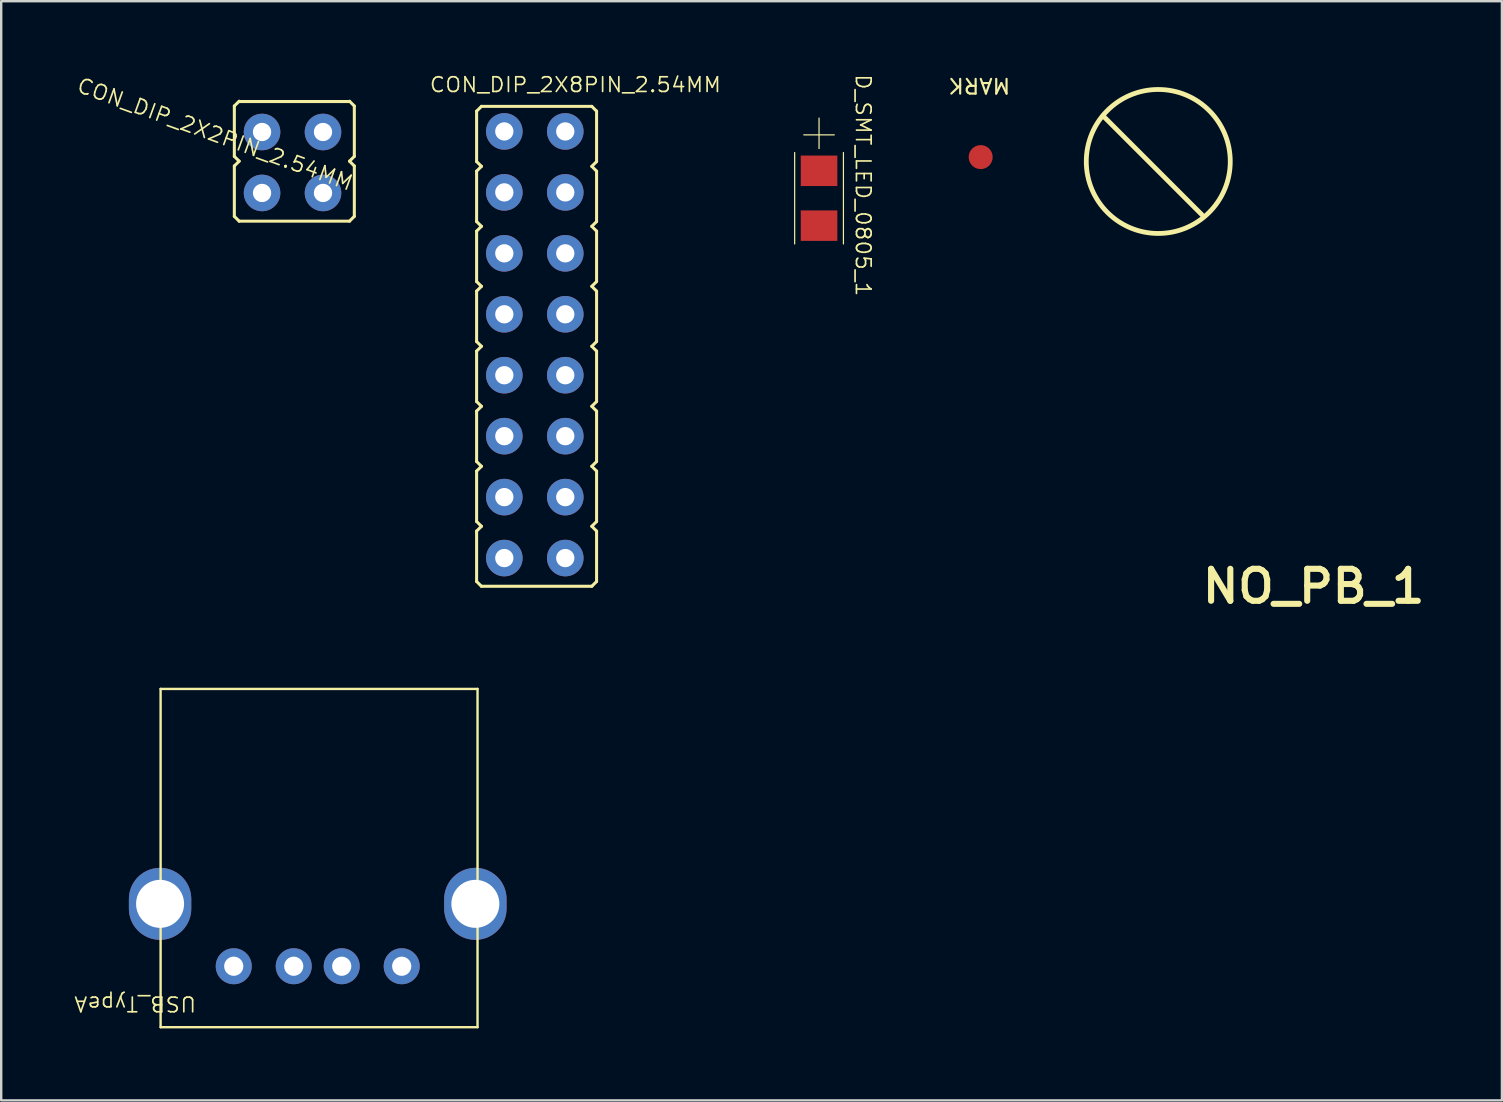
<source format=kicad_pcb>
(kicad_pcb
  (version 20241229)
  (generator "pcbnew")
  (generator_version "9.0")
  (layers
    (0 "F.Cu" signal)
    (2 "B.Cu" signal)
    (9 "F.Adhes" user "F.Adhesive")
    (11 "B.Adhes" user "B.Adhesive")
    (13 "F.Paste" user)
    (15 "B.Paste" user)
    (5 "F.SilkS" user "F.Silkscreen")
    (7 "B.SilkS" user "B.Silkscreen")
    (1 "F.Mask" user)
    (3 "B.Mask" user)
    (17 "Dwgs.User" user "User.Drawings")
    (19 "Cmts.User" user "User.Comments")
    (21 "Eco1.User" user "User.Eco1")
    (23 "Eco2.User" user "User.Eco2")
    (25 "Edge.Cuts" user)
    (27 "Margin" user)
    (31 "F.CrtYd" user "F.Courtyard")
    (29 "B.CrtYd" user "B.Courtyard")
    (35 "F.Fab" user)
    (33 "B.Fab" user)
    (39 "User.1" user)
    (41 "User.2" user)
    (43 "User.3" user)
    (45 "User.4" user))
  (footprint "NO_PB_1"
    (layer "F.Cu")
    (at 50.554 0.25)
    (property "Reference" "NO_PB_1" (at 1.14 21.134 0) (unlocked yes) (layer "F.SilkS") (effects (font (size 1.333 1.402) (thickness 0.254))))
    (attr smd)
    (fp_line (start -3.513 5.652) (end -7.64 1.524) (stroke (width 0.2) (type solid)) (layer "F.SilkS"))
    (fp_arc (start -8.334 3.429) (mid -2.334 3.429) (end -8.334 3.429) (stroke (width 0.2) (type solid)) (layer "F.SilkS")))
  (footprint "CON_DIP_2X8PIN_2.54MM"
    (layer "F.Cu")
    (at 19.237 6.872)
    (property "Reference" "CON_DIP_2X8PIN_2.54MM" (at 1.692 -6.391 0) (unlocked yes) (layer "F.SilkS") (effects (font (size 0.612 0.644) (thickness 0.07))))
    (attr smd)
    (fp_line (start -2.425 -5.289) (end -2.425 -3.189) (stroke (width 0.127) (type solid)) (layer "F.SilkS"))
    (fp_line (start -2.425 -2.789) (end -2.425 -0.689) (stroke (width 0.127) (type solid)) (layer "F.SilkS"))
    (fp_line (start -2.425 -0.289) (end -2.425 1.811) (stroke (width 0.127) (type solid)) (layer "F.SilkS"))
    (fp_line (start -2.425 2.211) (end -2.425 4.311) (stroke (width 0.127) (type solid)) (layer "F.SilkS"))
    (fp_line (start -2.425 4.711) (end -2.425 6.811) (stroke (width 0.127) (type solid)) (layer "F.SilkS"))
    (fp_line (start -2.425 7.211) (end -2.425 9.311) (stroke (width 0.127) (type solid)) (layer "F.SilkS"))
    (fp_line (start -2.425 9.711) (end -2.425 11.811) (stroke (width 0.127) (type solid)) (layer "F.SilkS"))
    (fp_line (start -2.425 12.211) (end -2.425 14.311) (stroke (width 0.127) (type solid)) (layer "F.SilkS"))
    (fp_line (start -2.224 -5.489) (end -2.425 -5.289) (stroke (width 0.127) (type solid)) (layer "F.SilkS"))
    (fp_line (start -2.224 -2.989) (end -2.425 -3.189) (stroke (width 0.127) (type solid)) (layer "F.SilkS"))
    (fp_line (start -2.224 -2.989) (end -2.425 -2.789) (stroke (width 0.127) (type solid)) (layer "F.SilkS"))
    (fp_line (start -2.224 -0.489) (end -2.425 -0.689) (stroke (width 0.127) (type solid)) (layer "F.SilkS"))
    (fp_line (start -2.224 -0.489) (end -2.425 -0.289) (stroke (width 0.127) (type solid)) (layer "F.SilkS"))
    (fp_line (start -2.224 2.011) (end -2.425 1.811) (stroke (width 0.127) (type solid)) (layer "F.SilkS"))
    (fp_line (start -2.224 2.011) (end -2.425 2.211) (stroke (width 0.127) (type solid)) (layer "F.SilkS"))
    (fp_line (start -2.224 4.511) (end -2.425 4.311) (stroke (width 0.127) (type solid)) (layer "F.SilkS"))
    (fp_line (start -2.224 4.511) (end -2.425 4.711) (stroke (width 0.127) (type solid)) (layer "F.SilkS"))
    (fp_line (start -2.224 7.011) (end -2.425 6.811) (stroke (width 0.127) (type solid)) (layer "F.SilkS"))
    (fp_line (start -2.224 7.011) (end -2.425 7.211) (stroke (width 0.127) (type solid)) (layer "F.SilkS"))
    (fp_line (start -2.224 9.511) (end -2.425 9.311) (stroke (width 0.127) (type solid)) (layer "F.SilkS"))
    (fp_line (start -2.224 9.511) (end -2.425 9.711) (stroke (width 0.127) (type solid)) (layer "F.SilkS"))
    (fp_line (start -2.224 12.011) (end -2.425 11.811) (stroke (width 0.127) (type solid)) (layer "F.SilkS"))
    (fp_line (start -2.224 12.011) (end -2.425 12.211) (stroke (width 0.127) (type solid)) (layer "F.SilkS"))
    (fp_line (start -2.224 14.511) (end -2.425 14.311) (stroke (width 0.127) (type solid)) (layer "F.SilkS"))
    (fp_line (start 2.376 -5.489) (end -2.224 -5.489) (stroke (width 0.127) (type solid)) (layer "F.SilkS"))
    (fp_line (start 2.376 14.511) (end -2.224 14.511) (stroke (width 0.127) (type solid)) (layer "F.SilkS"))
    (fp_line (start 2.575 -5.289) (end 2.376 -5.489) (stroke (width 0.127) (type solid)) (layer "F.SilkS"))
    (fp_line (start 2.575 -5.289) (end 2.575 -3.189) (stroke (width 0.127) (type solid)) (layer "F.SilkS"))
    (fp_line (start 2.575 -3.189) (end 2.376 -2.989) (stroke (width 0.127) (type solid)) (layer "F.SilkS"))
    (fp_line (start 2.575 -2.789) (end 2.376 -2.989) (stroke (width 0.127) (type solid)) (layer "F.SilkS"))
    (fp_line (start 2.575 -2.789) (end 2.575 -0.689) (stroke (width 0.127) (type solid)) (layer "F.SilkS"))
    (fp_line (start 2.575 -0.689) (end 2.376 -0.489) (stroke (width 0.127) (type solid)) (layer "F.SilkS"))
    (fp_line (start 2.575 -0.289) (end 2.376 -0.489) (stroke (width 0.127) (type solid)) (layer "F.SilkS"))
    (fp_line (start 2.575 -0.289) (end 2.575 1.811) (stroke (width 0.127) (type solid)) (layer "F.SilkS"))
    (fp_line (start 2.575 1.811) (end 2.376 2.011) (stroke (width 0.127) (type solid)) (layer "F.SilkS"))
    (fp_line (start 2.575 2.211) (end 2.376 2.011) (stroke (width 0.127) (type solid)) (layer "F.SilkS"))
    (fp_line (start 2.575 2.211) (end 2.575 4.311) (stroke (width 0.127) (type solid)) (layer "F.SilkS"))
    (fp_line (start 2.575 4.311) (end 2.376 4.511) (stroke (width 0.127) (type solid)) (layer "F.SilkS"))
    (fp_line (start 2.575 4.711) (end 2.376 4.511) (stroke (width 0.127) (type solid)) (layer "F.SilkS"))
    (fp_line (start 2.575 4.711) (end 2.575 6.811) (stroke (width 0.127) (type solid)) (layer "F.SilkS"))
    (fp_line (start 2.575 6.811) (end 2.376 7.011) (stroke (width 0.127) (type solid)) (layer "F.SilkS"))
    (fp_line (start 2.575 7.211) (end 2.376 7.011) (stroke (width 0.127) (type solid)) (layer "F.SilkS"))
    (fp_line (start 2.575 7.211) (end 2.575 9.311) (stroke (width 0.127) (type solid)) (layer "F.SilkS"))
    (fp_line (start 2.575 9.311) (end 2.376 9.511) (stroke (width 0.127) (type solid)) (layer "F.SilkS"))
    (fp_line (start 2.575 9.711) (end 2.376 9.511) (stroke (width 0.127) (type solid)) (layer "F.SilkS"))
    (fp_line (start 2.575 9.711) (end 2.575 11.811) (stroke (width 0.127) (type solid)) (layer "F.SilkS"))
    (fp_line (start 2.575 11.811) (end 2.376 12.011) (stroke (width 0.127) (type solid)) (layer "F.SilkS"))
    (fp_line (start 2.575 12.211) (end 2.376 12.011) (stroke (width 0.127) (type solid)) (layer "F.SilkS"))
    (fp_line (start 2.575 12.211) (end 2.575 14.311) (stroke (width 0.127) (type solid)) (layer "F.SilkS"))
    (fp_line (start 2.575 14.311) (end 2.376 14.511) (stroke (width 0.127) (type solid)) (layer "F.SilkS"))
    (pad "1" thru_hole circle (at 1.27 13.335) (size 1.524 1.524) (drill 0.762) (layers "*.Cu" "*.Mask"))
    (pad "2" thru_hole circle (at -1.27 13.335) (size 1.524 1.524) (drill 0.762) (layers "*.Cu" "*.Mask"))
    (pad "3" thru_hole circle (at 1.27 10.795) (size 1.524 1.524) (drill 0.762) (layers "*.Cu" "*.Mask"))
    (pad "4" thru_hole circle (at -1.27 10.795) (size 1.524 1.524) (drill 0.762) (layers "*.Cu" "*.Mask"))
    (pad "5" thru_hole circle (at 1.27 8.255) (size 1.524 1.524) (drill 0.762) (layers "*.Cu" "*.Mask"))
    (pad "6" thru_hole circle (at -1.27 8.255) (size 1.524 1.524) (drill 0.762) (layers "*.Cu" "*.Mask"))
    (pad "7" thru_hole circle (at 1.27 5.715) (size 1.524 1.524) (drill 0.762) (layers "*.Cu" "*.Mask"))
    (pad "8" thru_hole circle (at -1.27 5.715) (size 1.524 1.524) (drill 0.762) (layers "*.Cu" "*.Mask"))
    (pad "9" thru_hole circle (at 1.27 3.175) (size 1.524 1.524) (drill 0.762) (layers "*.Cu" "*.Mask"))
    (pad "10" thru_hole circle (at -1.27 3.175) (size 1.524 1.524) (drill 0.762) (layers "*.Cu" "*.Mask"))
    (pad "11" thru_hole circle (at 1.27 0.635) (size 1.524 1.524) (drill 0.762) (layers "*.Cu" "*.Mask"))
    (pad "12" thru_hole circle (at -1.27 0.635) (size 1.524 1.524) (drill 0.762) (layers "*.Cu" "*.Mask"))
    (pad "13" thru_hole circle (at 1.27 -1.905) (size 1.524 1.524) (drill 0.762) (layers "*.Cu" "*.Mask"))
    (pad "14" thru_hole circle (at -1.27 -1.905) (size 1.524 1.524) (drill 0.762) (layers "*.Cu" "*.Mask"))
    (pad "15" thru_hole circle (at 1.27 -4.445) (size 1.524 1.524) (drill 0.762) (layers "*.Cu" "*.Mask"))
    (pad "16" thru_hole circle (at -1.27 -4.445) (size 1.524 1.524) (drill 0.762) (layers "*.Cu" "*.Mask")))
  (footprint "CON_DIP_2X2PIN_2.54MM"
    (layer "F.Cu")
    (at 9.903 2.959)
    (property "Reference" "CON_DIP_2X2PIN_2.54MM" (at -3.994 -0.417 340) (unlocked yes) (layer "F.SilkS") (effects (font (size 0.612 0.644) (thickness 0.07))))
    (attr smd)
    (fp_line (start -3.187 -1.592) (end -3.187 0.508) (stroke (width 0.127) (type solid)) (layer "F.SilkS"))
    (fp_line (start -3.187 3.008) (end -3.187 0.908) (stroke (width 0.127) (type solid)) (layer "F.SilkS"))
    (fp_line (start -2.986 -1.792) (end -3.187 -1.592) (stroke (width 0.127) (type solid)) (layer "F.SilkS"))
    (fp_line (start -2.986 0.708) (end -3.187 0.508) (stroke (width 0.127) (type solid)) (layer "F.SilkS"))
    (fp_line (start -2.986 0.708) (end -3.187 0.908) (stroke (width 0.127) (type solid)) (layer "F.SilkS"))
    (fp_line (start -2.986 3.208) (end -3.187 3.008) (stroke (width 0.127) (type solid)) (layer "F.SilkS"))
    (fp_line (start 1.613 -1.778) (end -2.986 -1.778) (stroke (width 0.127) (type solid)) (layer "F.SilkS"))
    (fp_line (start 1.613 3.208) (end -2.986 3.208) (stroke (width 0.127) (type solid)) (layer "F.SilkS"))
    (fp_line (start 1.813 -1.592) (end 1.613 -1.792) (stroke (width 0.127) (type solid)) (layer "F.SilkS"))
    (fp_line (start 1.813 0.508) (end 1.613 0.708) (stroke (width 0.127) (type solid)) (layer "F.SilkS"))
    (fp_line (start 1.813 0.508) (end 1.813 -1.592) (stroke (width 0.127) (type solid)) (layer "F.SilkS"))
    (fp_line (start 1.813 0.908) (end 1.613 0.708) (stroke (width 0.127) (type solid)) (layer "F.SilkS"))
    (fp_line (start 1.813 0.908) (end 1.813 3.008) (stroke (width 0.127) (type solid)) (layer "F.SilkS"))
    (fp_line (start 1.813 3.008) (end 1.613 3.208) (stroke (width 0.127) (type solid)) (layer "F.SilkS"))
    (pad "1" thru_hole circle (at 0.508 2.032) (size 1.524 1.524) (drill 0.762) (layers "*.Cu" "*.Mask"))
    (pad "2" thru_hole circle (at -2.032 2.032) (size 1.524 1.524) (drill 0.762) (layers "*.Cu" "*.Mask"))
    (pad "3" thru_hole circle (at 0.508 -0.508) (size 1.524 1.524) (drill 0.762) (layers "*.Cu" "*.Mask"))
    (pad "4" thru_hole circle (at -2.032 -0.508) (size 1.524 1.524) (drill 0.762) (layers "*.Cu" "*.Mask")))
  (footprint "MARK"
    (layer "F.Cu")
    (at 37.819 3.497)
    (property "Reference" "MARK" (at -0.057 -2.981 180) (unlocked yes) (layer "F.SilkS") (effects (font (size 0.612 0.644) (thickness 0.09))))
    (attr smd)
    (pad "0" smd circle (at -0.00001 0.00001 90) (size 1 1) (layers "F.Cu" "F.Mask" "F.Paste")))
  (footprint "D_SMT_LED_0805_1"
    (layer "F.Cu")
    (at 31.058 6.278)
    (property "Reference" "D_SMT_LED_0805_1" (at 1.864 -1.607 270) (unlocked yes) (layer "F.SilkS") (effects (font (size 0.612 0.644) (thickness 0.07))))
    (attr smd)
    (fp_line (start -0.991 0.838) (end -0.991 -2.972) (stroke (width 0.05) (type solid)) (layer "F.SilkS"))
    (fp_line (start -0.61 -3.708) (end 0.66 -3.708) (stroke (width 0.05) (type solid)) (layer "F.SilkS"))
    (fp_line (start 0.025 -3.137) (end 0.025 -4.407) (stroke (width 0.05) (type solid)) (layer "F.SilkS"))
    (fp_line (start 1.041 0.838) (end 1.041 -2.972) (stroke (width 0.05) (type solid)) (layer "F.SilkS"))
    (pad "1" smd rect (at 0.025 0.076 90) (size 1.27 1.524) (layers "F.Cu" "F.Mask" "F.Paste"))
    (pad "2" smd rect (at 0.025 -2.21 90) (size 1.27 1.524) (layers "F.Cu" "F.Mask" "F.Paste")))
  (footprint "USB_TypeA"
    (layer "F.Cu")
    (at 6.691 37.217)
    (property "Reference" "USB_TypeA" (at -4.105 1.565 180) (unlocked yes) (layer "F.SilkS") (effects (font (size 0.612 0.644) (thickness 0.07))))
    (attr smd)
    (fp_line (start -3.048 2.54) (end -3.048 -11.557) (stroke (width 0.1) (type solid)) (layer "F.SilkS"))
    (fp_line (start 10.16 -11.557) (end -3.048 -11.557) (stroke (width 0.1) (type solid)) (layer "F.SilkS"))
    (fp_line (start 10.16 2.54) (end -3.048 2.54) (stroke (width 0.1) (type solid)) (layer "F.SilkS"))
    (fp_line (start 10.16 2.54) (end 10.16 -11.557) (stroke (width 0.1) (type solid)) (layer "F.SilkS"))
    (pad "0" thru_hole oval (at 10.07 -2.6) (size 2.6 3) (drill 2) (layers "*.Cu" "*.Mask"))
    (pad "0_1" thru_hole oval (at -3.07 -2.6) (size 2.6 3) (drill 2) (layers "*.Cu" "*.Mask"))
    (pad "1" thru_hole circle (at 7 0.00001) (size 1.5 1.5) (drill 0.8) (layers "*.Cu" "*.Mask"))
    (pad "2" thru_hole circle (at 4.5 0) (size 1.5 1.5) (drill 0.8) (layers "*.Cu" "*.Mask"))
    (pad "3" thru_hole circle (at 2.5 0) (size 1.5 1.5) (drill 0.8) (layers "*.Cu" "*.Mask"))
    (pad "4" thru_hole circle (at 0 0) (size 1.5 1.5) (drill 0.8) (layers "*.Cu" "*.Mask")))
  (gr_rect
    (start -3 -3)
    (end 59.541 42.807)
    (stroke (width 0.1) (type default))
    (fill no)
    (layer "Edge.Cuts")))
</source>
